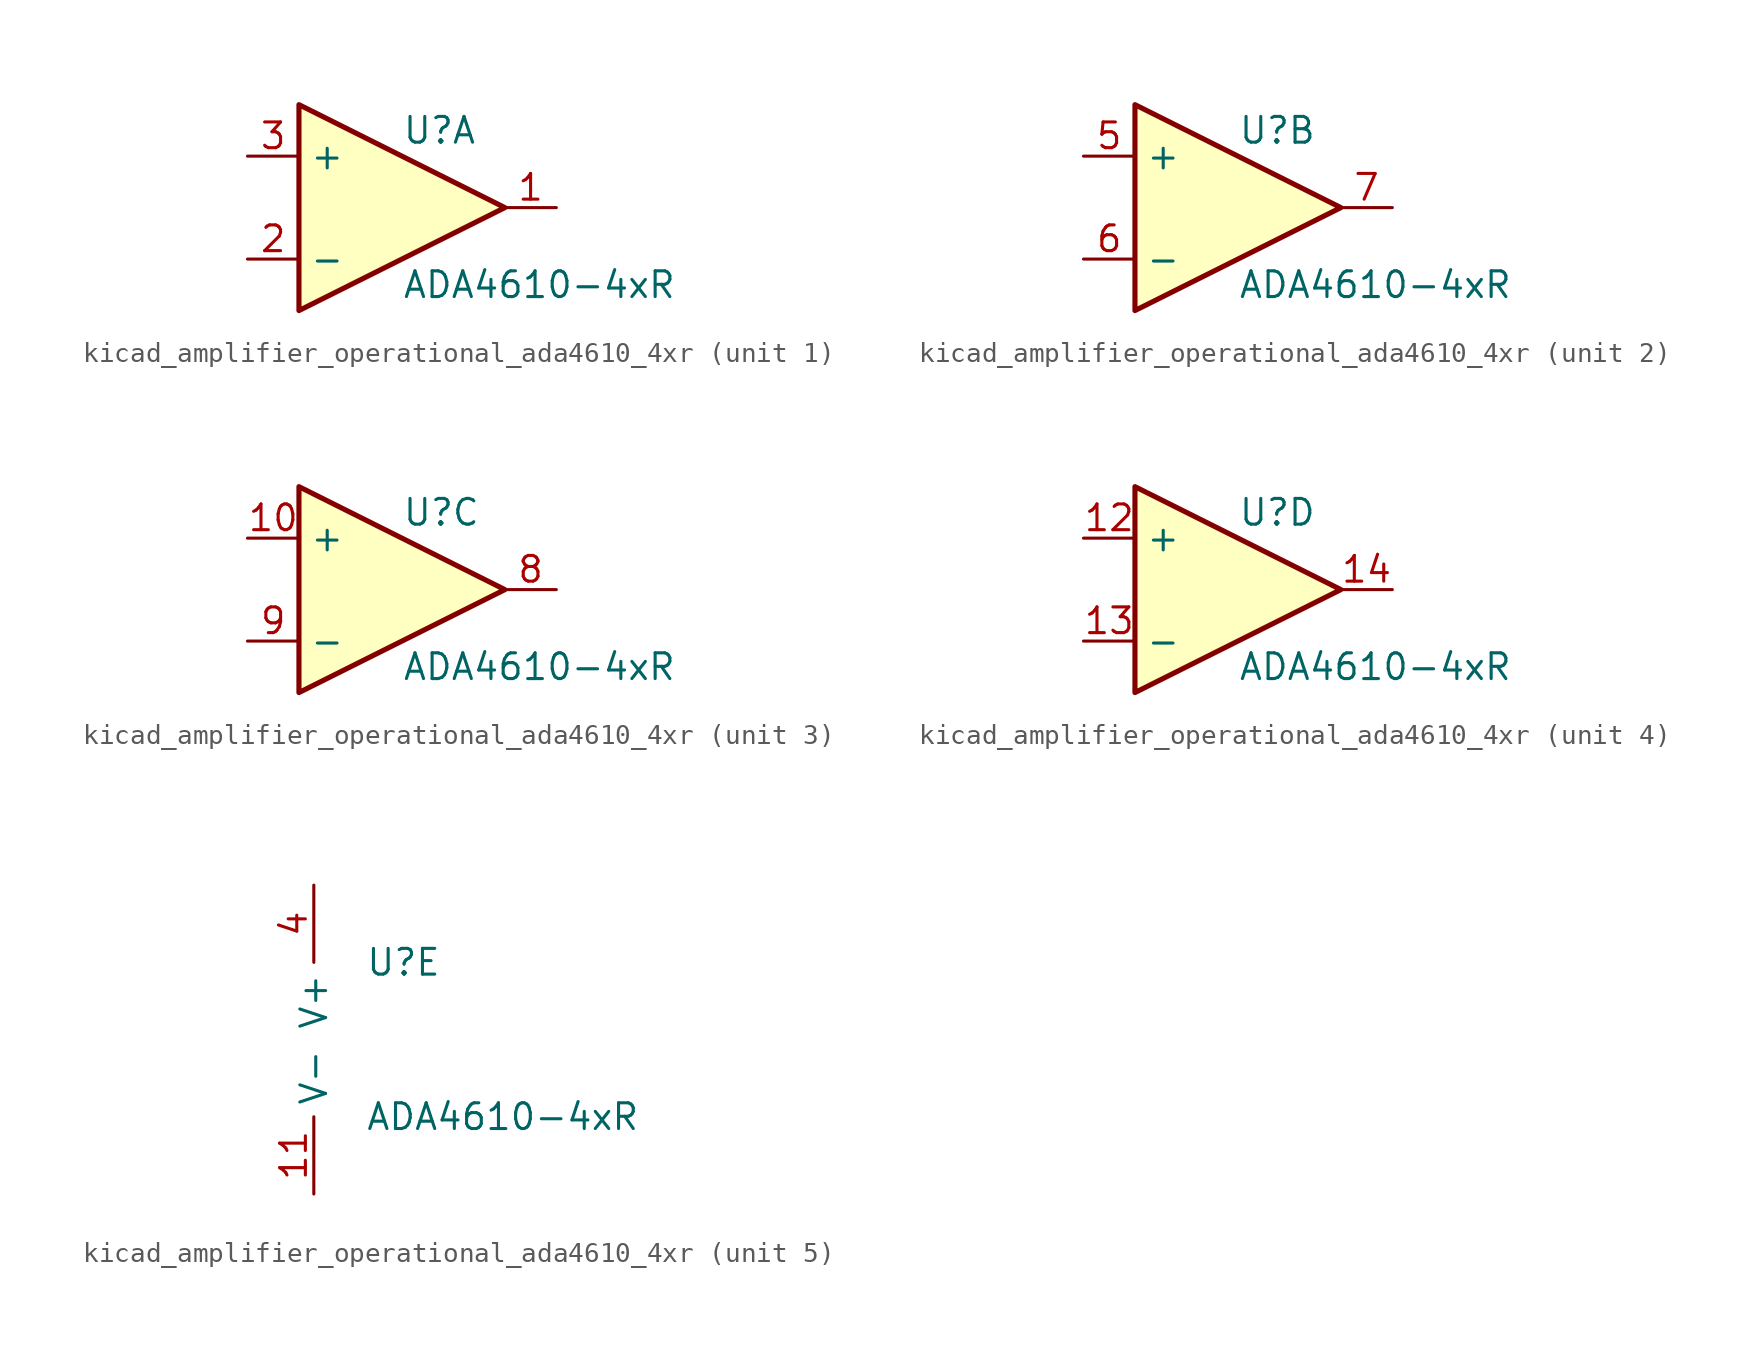
<source format=kicad_sym>
(kicad_symbol_lib
  (version 20220914)
  (generator kicad_symbol_editor)
  (symbol "kicad_amplifier_operational_ada4610_4xr"
    (property "Reference" "U"
      (at 0 3.81 0)
      (effects (font (size 1.27 1.27)) (justify left)))
    (property "Value" "ADA4610-4xR"
      (at 0 -3.81 0)
      (effects (font (size 1.27 1.27)) (justify left)))
    (property "ki_locked" ""
      (at 0 0 0)
      (effects (font (size 1.27 1.27))))
    (symbol "kicad_amplifier_operational_ada4610_4xr_1_1"
      (polyline (pts (xy -5.08 5.08) (xy 5.08 0) (xy -5.08 -5.08) (xy -5.08 5.08)) (stroke (width 0.254) (type default)) (fill (type background)))
      (pin output line (at 7.62 0 180) (length 2.54) (name "~" (effects (font (size 1.27 1.27)))) (number "1" (effects (font (size 1.27 1.27)))))
      (pin input line (at -7.62 -2.54 0) (length 2.54) (name "-" (effects (font (size 1.27 1.27)))) (number "2" (effects (font (size 1.27 1.27)))))
      (pin input line (at -7.62 2.54 0) (length 2.54) (name "+" (effects (font (size 1.27 1.27)))) (number "3" (effects (font (size 1.27 1.27))))))
    (symbol "kicad_amplifier_operational_ada4610_4xr_2_1"
      (polyline (pts (xy -5.08 5.08) (xy 5.08 0) (xy -5.08 -5.08) (xy -5.08 5.08)) (stroke (width 0.254) (type default)) (fill (type background)))
      (pin input line (at -7.62 2.54 0) (length 2.54) (name "+" (effects (font (size 1.27 1.27)))) (number "5" (effects (font (size 1.27 1.27)))))
      (pin input line (at -7.62 -2.54 0) (length 2.54) (name "-" (effects (font (size 1.27 1.27)))) (number "6" (effects (font (size 1.27 1.27)))))
      (pin output line (at 7.62 0 180) (length 2.54) (name "~" (effects (font (size 1.27 1.27)))) (number "7" (effects (font (size 1.27 1.27))))))
    (symbol "kicad_amplifier_operational_ada4610_4xr_3_1"
      (polyline (pts (xy -5.08 5.08) (xy 5.08 0) (xy -5.08 -5.08) (xy -5.08 5.08)) (stroke (width 0.254) (type default)) (fill (type background)))
      (pin input line (at -7.62 2.54 0) (length 2.54) (name "+" (effects (font (size 1.27 1.27)))) (number "10" (effects (font (size 1.27 1.27)))))
      (pin output line (at 7.62 0 180) (length 2.54) (name "~" (effects (font (size 1.27 1.27)))) (number "8" (effects (font (size 1.27 1.27)))))
      (pin input line (at -7.62 -2.54 0) (length 2.54) (name "-" (effects (font (size 1.27 1.27)))) (number "9" (effects (font (size 1.27 1.27))))))
    (symbol "kicad_amplifier_operational_ada4610_4xr_4_1"
      (polyline (pts (xy -5.08 5.08) (xy 5.08 0) (xy -5.08 -5.08) (xy -5.08 5.08)) (stroke (width 0.254) (type default)) (fill (type background)))
      (pin input line (at -7.62 2.54 0) (length 2.54) (name "+" (effects (font (size 1.27 1.27)))) (number "12" (effects (font (size 1.27 1.27)))))
      (pin input line (at -7.62 -2.54 0) (length 2.54) (name "-" (effects (font (size 1.27 1.27)))) (number "13" (effects (font (size 1.27 1.27)))))
      (pin output line (at 7.62 0 180) (length 2.54) (name "~" (effects (font (size 1.27 1.27)))) (number "14" (effects (font (size 1.27 1.27))))))
    (symbol "kicad_amplifier_operational_ada4610_4xr_5_1"
      (pin power_in line (at -2.54 -7.62 90) (length 3.81) (name "V-" (effects (font (size 1.27 1.27)))) (number "11" (effects (font (size 1.27 1.27)))))
      (pin power_in line (at -2.54 7.62 270) (length 3.81) (name "V+" (effects (font (size 1.27 1.27)))) (number "4" (effects (font (size 1.27 1.27))))))))
</source>
